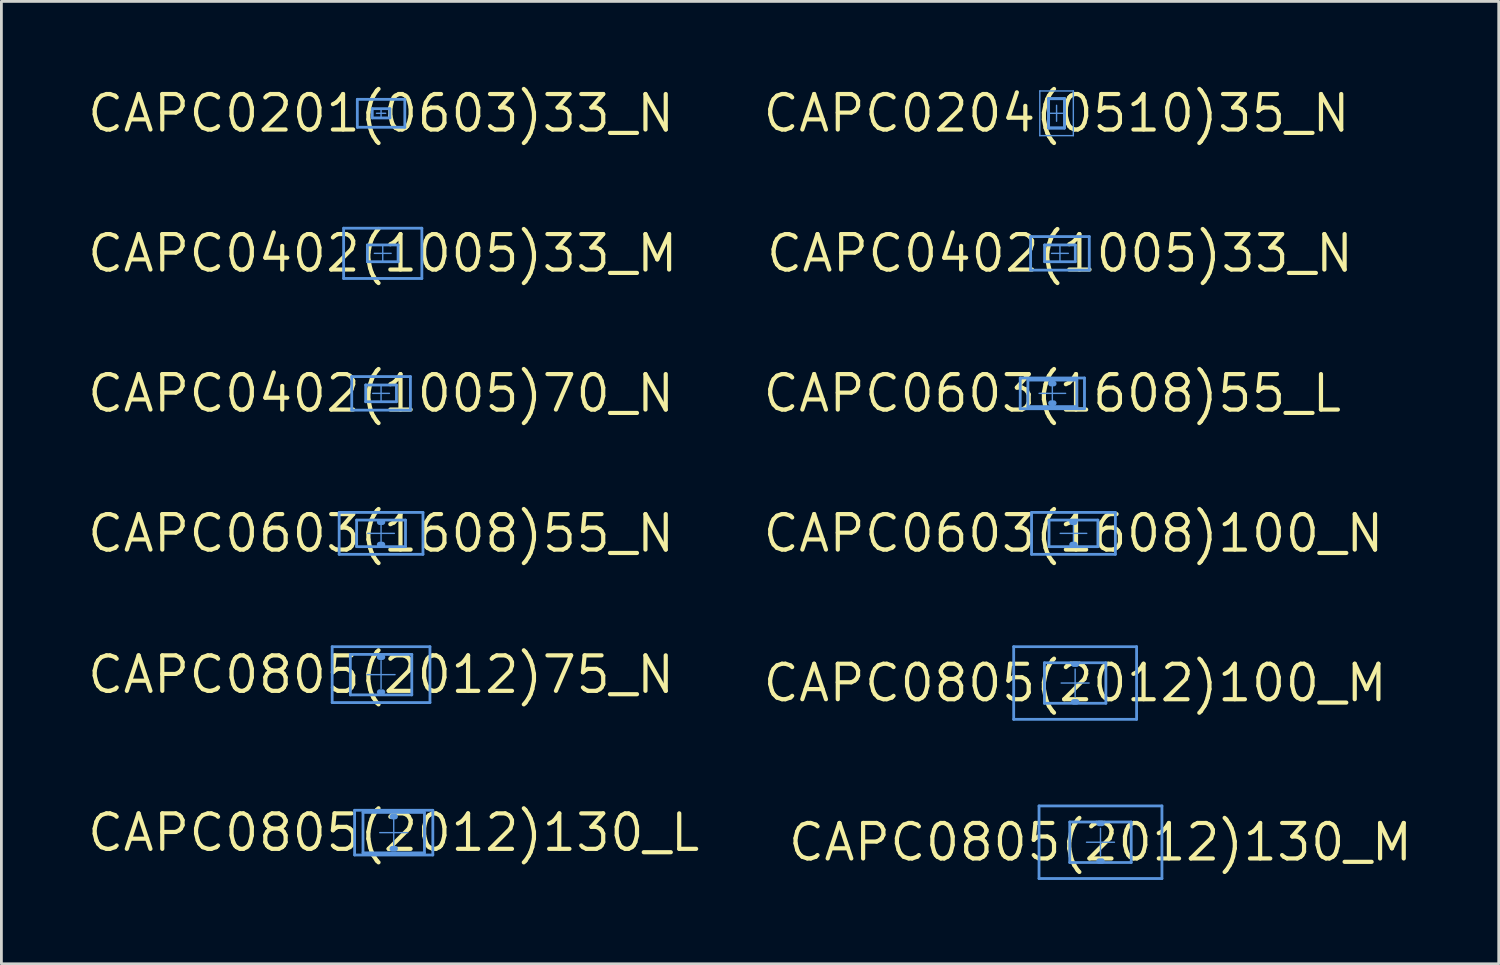
<source format=kicad_pcb>
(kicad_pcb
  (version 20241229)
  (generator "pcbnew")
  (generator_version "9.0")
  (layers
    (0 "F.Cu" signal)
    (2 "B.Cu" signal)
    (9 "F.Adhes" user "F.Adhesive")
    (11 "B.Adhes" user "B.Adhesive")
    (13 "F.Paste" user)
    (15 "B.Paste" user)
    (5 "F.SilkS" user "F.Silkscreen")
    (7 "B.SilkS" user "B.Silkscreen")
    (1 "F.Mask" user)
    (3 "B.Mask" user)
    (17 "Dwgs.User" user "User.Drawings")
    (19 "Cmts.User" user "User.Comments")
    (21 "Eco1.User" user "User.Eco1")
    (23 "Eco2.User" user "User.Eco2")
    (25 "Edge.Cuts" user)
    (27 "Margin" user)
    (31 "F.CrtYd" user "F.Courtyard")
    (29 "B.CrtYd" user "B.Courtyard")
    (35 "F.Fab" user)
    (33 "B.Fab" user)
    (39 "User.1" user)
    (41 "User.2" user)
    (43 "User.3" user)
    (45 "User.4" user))
  (footprint "CAPC0204(0510)35_N"
    (layer "F.Cu")
    (at 34.772 1.006)
    (property "Reference" "CAPC0204(0510)35_N" (at 0 0 0) (layer "F.SilkS") (effects (font (size 1.27 1.27) (thickness 0.15))))
    (attr through_hole)
    (fp_line (start -0.6 -0.8) (end 0.6 -0.8) (stroke (width 0.05) (type solid)) (layer "Cmts.User"))
    (fp_line (start -0.6 0.8) (end -0.6 -0.8) (stroke (width 0.05) (type solid)) (layer "Cmts.User"))
    (fp_line (start -0.6 0.8) (end 0.6 0.8) (stroke (width 0.05) (type solid)) (layer "Cmts.User"))
    (fp_line (start -0.285 -0.525) (end 0.285 -0.525) (stroke (width 0.1) (type solid)) (layer "Cmts.User"))
    (fp_line (start -0.285 -0.525) (end 0.285 -0.525) (stroke (width 0.1) (type solid)) (layer "Cmts.User"))
    (fp_line (start -0.285 0) (end 0.285 0) (stroke (width 0.05) (type solid)) (layer "Cmts.User"))
    (fp_line (start -0.285 0.525) (end -0.285 -0.525) (stroke (width 0.1) (type solid)) (layer "Cmts.User"))
    (fp_line (start -0.285 0.525) (end -0.285 -0.525) (stroke (width 0.1) (type solid)) (layer "Cmts.User"))
    (fp_line (start -0.285 0.525) (end 0.285 0.525) (stroke (width 0.1) (type solid)) (layer "Cmts.User"))
    (fp_line (start -0.285 0.525) (end 0.285 0.525) (stroke (width 0.1) (type solid)) (layer "Cmts.User"))
    (fp_line (start 0 0.285) (end 0 -0.285) (stroke (width 0.05) (type solid)) (layer "Cmts.User"))
    (fp_line (start 0.285 0.525) (end 0.285 -0.525) (stroke (width 0.1) (type solid)) (layer "Cmts.User"))
    (fp_line (start 0.285 0.525) (end 0.285 -0.525) (stroke (width 0.1) (type solid)) (layer "Cmts.User"))
    (fp_line (start 0.6 0.8) (end 0.6 -0.8) (stroke (width 0.05) (type solid)) (layer "Cmts.User")))
  (footprint "CAPC0603(1608)100_N"
    (layer "F.Cu")
    (at 35.377 16.043)
    (property "Reference" "CAPC0603(1608)100_N" (at 0 0 0) (layer "F.SilkS") (effects (font (size 1.27 1.27) (thickness 0.15))))
    (attr through_hole)
    (fp_line (start -1.5 -0.75) (end 1.5 -0.75) (stroke (width 0.05) (type solid)) (layer "Cmts.User"))
    (fp_line (start -1.5 -0.75) (end 1.5 -0.75) (stroke (width 0.1) (type solid)) (layer "Cmts.User"))
    (fp_line (start -1.5 0.75) (end -1.5 -0.75) (stroke (width 0.05) (type solid)) (layer "Cmts.User"))
    (fp_line (start -1.5 0.75) (end -1.5 -0.75) (stroke (width 0.1) (type solid)) (layer "Cmts.User"))
    (fp_line (start -1.5 0.75) (end 1.5 0.75) (stroke (width 0.05) (type solid)) (layer "Cmts.User"))
    (fp_line (start -1.5 0.75) (end 1.5 0.75) (stroke (width 0.1) (type solid)) (layer "Cmts.User"))
    (fp_line (start -0.875 -0.475) (end 0.875 -0.475) (stroke (width 0.1) (type solid)) (layer "Cmts.User"))
    (fp_line (start -0.875 0.475) (end -0.875 -0.475) (stroke (width 0.1) (type solid)) (layer "Cmts.User"))
    (fp_line (start -0.875 0.475) (end 0.875 0.475) (stroke (width 0.1) (type solid)) (layer "Cmts.User"))
    (fp_line (start -0.475 0) (end 0.475 0) (stroke (width 0.05) (type solid)) (layer "Cmts.User"))
    (fp_line (start -0.05 -0.4) (end 0.05 -0.4) (stroke (width 0.2) (type solid)) (layer "Cmts.User"))
    (fp_line (start -0.05 0.4) (end 0.05 0.4) (stroke (width 0.2) (type solid)) (layer "Cmts.User"))
    (fp_line (start 0 0.475) (end 0 -0.475) (stroke (width 0.05) (type solid)) (layer "Cmts.User"))
    (fp_line (start 0.875 0.475) (end 0.875 -0.475) (stroke (width 0.1) (type solid)) (layer "Cmts.User"))
    (fp_line (start 1.5 0.75) (end 1.5 -0.75) (stroke (width 0.05) (type solid)) (layer "Cmts.User"))
    (fp_line (start 1.5 0.75) (end 1.5 -0.75) (stroke (width 0.1) (type solid)) (layer "Cmts.User")))
  (footprint "CAPC0603(1608)55_N"
    (layer "F.Cu")
    (at 10.591 16.043)
    (property "Reference" "CAPC0603(1608)55_N" (at 0 0 0) (layer "F.SilkS") (effects (font (size 1.27 1.27) (thickness 0.15))))
    (attr through_hole)
    (fp_line (start -1.5 -0.75) (end 1.5 -0.75) (stroke (width 0.05) (type solid)) (layer "Cmts.User"))
    (fp_line (start -1.5 -0.75) (end 1.5 -0.75) (stroke (width 0.1) (type solid)) (layer "Cmts.User"))
    (fp_line (start -1.5 0.75) (end -1.5 -0.75) (stroke (width 0.05) (type solid)) (layer "Cmts.User"))
    (fp_line (start -1.5 0.75) (end -1.5 -0.75) (stroke (width 0.1) (type solid)) (layer "Cmts.User"))
    (fp_line (start -1.5 0.75) (end 1.5 0.75) (stroke (width 0.05) (type solid)) (layer "Cmts.User"))
    (fp_line (start -1.5 0.75) (end 1.5 0.75) (stroke (width 0.1) (type solid)) (layer "Cmts.User"))
    (fp_line (start -0.875 -0.475) (end 0.875 -0.475) (stroke (width 0.1) (type solid)) (layer "Cmts.User"))
    (fp_line (start -0.875 0.475) (end -0.875 -0.475) (stroke (width 0.1) (type solid)) (layer "Cmts.User"))
    (fp_line (start -0.875 0.475) (end 0.875 0.475) (stroke (width 0.1) (type solid)) (layer "Cmts.User"))
    (fp_line (start -0.475 0) (end 0.475 0) (stroke (width 0.05) (type solid)) (layer "Cmts.User"))
    (fp_line (start -0.05 -0.4) (end 0.05 -0.4) (stroke (width 0.2) (type solid)) (layer "Cmts.User"))
    (fp_line (start -0.05 0.4) (end 0.05 0.4) (stroke (width 0.2) (type solid)) (layer "Cmts.User"))
    (fp_line (start 0 0.475) (end 0 -0.475) (stroke (width 0.05) (type solid)) (layer "Cmts.User"))
    (fp_line (start 0.875 0.475) (end 0.875 -0.475) (stroke (width 0.1) (type solid)) (layer "Cmts.User"))
    (fp_line (start 1.5 0.75) (end 1.5 -0.75) (stroke (width 0.05) (type solid)) (layer "Cmts.User"))
    (fp_line (start 1.5 0.75) (end 1.5 -0.75) (stroke (width 0.1) (type solid)) (layer "Cmts.User")))
  (footprint "CAPC0805(2012)130_L"
    (layer "F.Cu")
    (at 11.044 26.756)
    (property "Reference" "CAPC0805(2012)130_L" (at 0 0 0) (layer "F.SilkS") (effects (font (size 1.27 1.27) (thickness 0.15))))
    (attr through_hole)
    (fp_line (start -1.4 -0.8) (end 1.4 -0.8) (stroke (width 0.05) (type solid)) (layer "Cmts.User"))
    (fp_line (start -1.4 -0.8) (end 1.4 -0.8) (stroke (width 0.1) (type solid)) (layer "Cmts.User"))
    (fp_line (start -1.4 0.8) (end -1.4 -0.8) (stroke (width 0.05) (type solid)) (layer "Cmts.User"))
    (fp_line (start -1.4 0.8) (end -1.4 -0.8) (stroke (width 0.1) (type solid)) (layer "Cmts.User"))
    (fp_line (start -1.4 0.8) (end 1.4 0.8) (stroke (width 0.05) (type solid)) (layer "Cmts.User"))
    (fp_line (start -1.4 0.8) (end 1.4 0.8) (stroke (width 0.1) (type solid)) (layer "Cmts.User"))
    (fp_line (start -1.1 -0.725) (end 1.1 -0.725) (stroke (width 0.1) (type solid)) (layer "Cmts.User"))
    (fp_line (start -1.1 0.725) (end -1.1 -0.725) (stroke (width 0.1) (type solid)) (layer "Cmts.User"))
    (fp_line (start -1.1 0.725) (end 1.1 0.725) (stroke (width 0.1) (type solid)) (layer "Cmts.User"))
    (fp_line (start -0.5 0) (end 0.5 0) (stroke (width 0.05) (type solid)) (layer "Cmts.User"))
    (fp_line (start -0.05 -0.575) (end 0.05 -0.575) (stroke (width 0.2) (type solid)) (layer "Cmts.User"))
    (fp_line (start -0.05 0.575) (end 0.05 0.575) (stroke (width 0.2) (type solid)) (layer "Cmts.User"))
    (fp_line (start 0 0.5) (end 0 -0.5) (stroke (width 0.05) (type solid)) (layer "Cmts.User"))
    (fp_line (start 1.1 0.725) (end 1.1 -0.725) (stroke (width 0.1) (type solid)) (layer "Cmts.User"))
    (fp_line (start 1.4 0.8) (end 1.4 -0.8) (stroke (width 0.05) (type solid)) (layer "Cmts.User"))
    (fp_line (start 1.4 0.8) (end 1.4 -0.8) (stroke (width 0.1) (type solid)) (layer "Cmts.User")))
  (footprint "CAPC0805(2012)130_M"
    (layer "F.Cu")
    (at 36.344 27.1)
    (property "Reference" "CAPC0805(2012)130_M" (at 0 0 0) (layer "F.SilkS") (effects (font (size 1.27 1.27) (thickness 0.15))))
    (attr through_hole)
    (fp_line (start -2.2 -1.3) (end 2.2 -1.3) (stroke (width 0.05) (type solid)) (layer "Cmts.User"))
    (fp_line (start -2.2 -1.3) (end 2.2 -1.3) (stroke (width 0.1) (type solid)) (layer "Cmts.User"))
    (fp_line (start -2.2 1.3) (end -2.2 -1.3) (stroke (width 0.05) (type solid)) (layer "Cmts.User"))
    (fp_line (start -2.2 1.3) (end -2.2 -1.3) (stroke (width 0.1) (type solid)) (layer "Cmts.User"))
    (fp_line (start -2.2 1.3) (end 2.2 1.3) (stroke (width 0.05) (type solid)) (layer "Cmts.User"))
    (fp_line (start -2.2 1.3) (end 2.2 1.3) (stroke (width 0.1) (type solid)) (layer "Cmts.User"))
    (fp_line (start -1.1 -0.725) (end 1.1 -0.725) (stroke (width 0.1) (type solid)) (layer "Cmts.User"))
    (fp_line (start -1.1 0.725) (end -1.1 -0.725) (stroke (width 0.1) (type solid)) (layer "Cmts.User"))
    (fp_line (start -1.1 0.725) (end 1.1 0.725) (stroke (width 0.1) (type solid)) (layer "Cmts.User"))
    (fp_line (start -0.5 0) (end 0.5 0) (stroke (width 0.05) (type solid)) (layer "Cmts.User"))
    (fp_line (start -0.05 -0.675) (end 0.05 -0.675) (stroke (width 0.2) (type solid)) (layer "Cmts.User"))
    (fp_line (start -0.05 0.675) (end 0.05 0.675) (stroke (width 0.2) (type solid)) (layer "Cmts.User"))
    (fp_line (start 0 0.5) (end 0 -0.5) (stroke (width 0.05) (type solid)) (layer "Cmts.User"))
    (fp_line (start 1.1 0.725) (end 1.1 -0.725) (stroke (width 0.1) (type solid)) (layer "Cmts.User"))
    (fp_line (start 2.2 1.3) (end 2.2 -1.3) (stroke (width 0.05) (type solid)) (layer "Cmts.User"))
    (fp_line (start 2.2 1.3) (end 2.2 -1.3) (stroke (width 0.1) (type solid)) (layer "Cmts.User")))
  (footprint "CAPC0402(1005)33_N"
    (layer "F.Cu")
    (at 34.893 6.019)
    (property "Reference" "CAPC0402(1005)33_N" (at 0 0 0) (layer "F.SilkS") (effects (font (size 1.27 1.27) (thickness 0.15))))
    (attr through_hole)
    (fp_line (start -1.05 -0.6) (end 1.05 -0.6) (stroke (width 0.05) (type solid)) (layer "Cmts.User"))
    (fp_line (start -1.05 -0.6) (end 1.05 -0.6) (stroke (width 0.1) (type solid)) (layer "Cmts.User"))
    (fp_line (start -1.05 0.6) (end -1.05 -0.6) (stroke (width 0.05) (type solid)) (layer "Cmts.User"))
    (fp_line (start -1.05 0.6) (end -1.05 -0.6) (stroke (width 0.1) (type solid)) (layer "Cmts.User"))
    (fp_line (start -1.05 0.6) (end 1.05 0.6) (stroke (width 0.05) (type solid)) (layer "Cmts.User"))
    (fp_line (start -1.05 0.6) (end 1.05 0.6) (stroke (width 0.1) (type solid)) (layer "Cmts.User"))
    (fp_line (start -0.55 -0.3) (end 0.55 -0.3) (stroke (width 0.1) (type solid)) (layer "Cmts.User"))
    (fp_line (start -0.55 0.3) (end -0.55 -0.3) (stroke (width 0.1) (type solid)) (layer "Cmts.User"))
    (fp_line (start -0.55 0.3) (end 0.55 0.3) (stroke (width 0.1) (type solid)) (layer "Cmts.User"))
    (fp_line (start -0.3 0) (end 0.3 0) (stroke (width 0.05) (type solid)) (layer "Cmts.User"))
    (fp_line (start 0 0.3) (end 0 -0.3) (stroke (width 0.05) (type solid)) (layer "Cmts.User"))
    (fp_line (start 0.55 0.3) (end 0.55 -0.3) (stroke (width 0.1) (type solid)) (layer "Cmts.User"))
    (fp_line (start 1.05 0.6) (end 1.05 -0.6) (stroke (width 0.05) (type solid)) (layer "Cmts.User"))
    (fp_line (start 1.05 0.6) (end 1.05 -0.6) (stroke (width 0.1) (type solid)) (layer "Cmts.User")))
  (footprint "CAPC0402(1005)70_N"
    (layer "F.Cu")
    (at 10.591 11.031)
    (property "Reference" "CAPC0402(1005)70_N" (at 0 0 0) (layer "F.SilkS") (effects (font (size 1.27 1.27) (thickness 0.15))))
    (attr through_hole)
    (fp_line (start -1.05 -0.6) (end 1.05 -0.6) (stroke (width 0.05) (type solid)) (layer "Cmts.User"))
    (fp_line (start -1.05 -0.6) (end 1.05 -0.6) (stroke (width 0.1) (type solid)) (layer "Cmts.User"))
    (fp_line (start -1.05 0.6) (end -1.05 -0.6) (stroke (width 0.05) (type solid)) (layer "Cmts.User"))
    (fp_line (start -1.05 0.6) (end -1.05 -0.6) (stroke (width 0.1) (type solid)) (layer "Cmts.User"))
    (fp_line (start -1.05 0.6) (end 1.05 0.6) (stroke (width 0.05) (type solid)) (layer "Cmts.User"))
    (fp_line (start -1.05 0.6) (end 1.05 0.6) (stroke (width 0.1) (type solid)) (layer "Cmts.User"))
    (fp_line (start -0.55 -0.3) (end 0.55 -0.3) (stroke (width 0.1) (type solid)) (layer "Cmts.User"))
    (fp_line (start -0.55 0.3) (end -0.55 -0.3) (stroke (width 0.1) (type solid)) (layer "Cmts.User"))
    (fp_line (start -0.55 0.3) (end 0.55 0.3) (stroke (width 0.1) (type solid)) (layer "Cmts.User"))
    (fp_line (start -0.3 0) (end 0.3 0) (stroke (width 0.05) (type solid)) (layer "Cmts.User"))
    (fp_line (start 0 0.3) (end 0 -0.3) (stroke (width 0.05) (type solid)) (layer "Cmts.User"))
    (fp_line (start 0.55 0.3) (end 0.55 -0.3) (stroke (width 0.1) (type solid)) (layer "Cmts.User"))
    (fp_line (start 1.05 0.6) (end 1.05 -0.6) (stroke (width 0.05) (type solid)) (layer "Cmts.User"))
    (fp_line (start 1.05 0.6) (end 1.05 -0.6) (stroke (width 0.1) (type solid)) (layer "Cmts.User")))
  (footprint "CAPC0201(0603)33_N"
    (layer "F.Cu")
    (at 10.591 1.006)
    (property "Reference" "CAPC0201(0603)33_N" (at 0 0 0) (layer "F.SilkS") (effects (font (size 1.27 1.27) (thickness 0.15))))
    (attr through_hole)
    (fp_line (start -0.85 -0.5) (end 0.85 -0.5) (stroke (width 0.05) (type solid)) (layer "Cmts.User"))
    (fp_line (start -0.85 -0.5) (end 0.85 -0.5) (stroke (width 0.1) (type solid)) (layer "Cmts.User"))
    (fp_line (start -0.85 0.5) (end -0.85 -0.5) (stroke (width 0.05) (type solid)) (layer "Cmts.User"))
    (fp_line (start -0.85 0.5) (end -0.85 -0.5) (stroke (width 0.1) (type solid)) (layer "Cmts.User"))
    (fp_line (start -0.85 0.5) (end 0.85 0.5) (stroke (width 0.05) (type solid)) (layer "Cmts.User"))
    (fp_line (start -0.85 0.5) (end 0.85 0.5) (stroke (width 0.1) (type solid)) (layer "Cmts.User"))
    (fp_line (start -0.315 -0.165) (end 0.315 -0.165) (stroke (width 0.1) (type solid)) (layer "Cmts.User"))
    (fp_line (start -0.315 0.165) (end -0.315 -0.165) (stroke (width 0.1) (type solid)) (layer "Cmts.User"))
    (fp_line (start -0.315 0.165) (end 0.315 0.165) (stroke (width 0.1) (type solid)) (layer "Cmts.User"))
    (fp_line (start -0.165 0) (end 0.165 0) (stroke (width 0.05) (type solid)) (layer "Cmts.User"))
    (fp_line (start 0 0.165) (end 0 -0.165) (stroke (width 0.05) (type solid)) (layer "Cmts.User"))
    (fp_line (start 0.315 0.165) (end 0.315 -0.165) (stroke (width 0.1) (type solid)) (layer "Cmts.User"))
    (fp_line (start 0.85 0.5) (end 0.85 -0.5) (stroke (width 0.05) (type solid)) (layer "Cmts.User"))
    (fp_line (start 0.85 0.5) (end 0.85 -0.5) (stroke (width 0.1) (type solid)) (layer "Cmts.User")))
  (footprint "CAPC0603(1608)55_L"
    (layer "F.Cu")
    (at 34.621 11.031)
    (property "Reference" "CAPC0603(1608)55_L" (at 0 0 0) (layer "F.SilkS") (effects (font (size 1.27 1.27) (thickness 0.15))))
    (attr through_hole)
    (fp_line (start -1.15 -0.55) (end 1.15 -0.55) (stroke (width 0.05) (type solid)) (layer "Cmts.User"))
    (fp_line (start -1.15 -0.55) (end 1.15 -0.55) (stroke (width 0.1) (type solid)) (layer "Cmts.User"))
    (fp_line (start -1.15 0.55) (end -1.15 -0.55) (stroke (width 0.05) (type solid)) (layer "Cmts.User"))
    (fp_line (start -1.15 0.55) (end -1.15 -0.55) (stroke (width 0.1) (type solid)) (layer "Cmts.User"))
    (fp_line (start -1.15 0.55) (end 1.15 0.55) (stroke (width 0.05) (type solid)) (layer "Cmts.User"))
    (fp_line (start -1.15 0.55) (end 1.15 0.55) (stroke (width 0.1) (type solid)) (layer "Cmts.User"))
    (fp_line (start -0.875 -0.475) (end 0.875 -0.475) (stroke (width 0.1) (type solid)) (layer "Cmts.User"))
    (fp_line (start -0.875 0.475) (end -0.875 -0.475) (stroke (width 0.1) (type solid)) (layer "Cmts.User"))
    (fp_line (start -0.875 0.475) (end 0.875 0.475) (stroke (width 0.1) (type solid)) (layer "Cmts.User"))
    (fp_line (start -0.475 0) (end 0.475 0) (stroke (width 0.05) (type solid)) (layer "Cmts.User"))
    (fp_line (start -0.05 -0.35) (end 0.05 -0.35) (stroke (width 0.2) (type solid)) (layer "Cmts.User"))
    (fp_line (start -0.05 0.35) (end 0.05 0.35) (stroke (width 0.2) (type solid)) (layer "Cmts.User"))
    (fp_line (start 0 0.475) (end 0 -0.475) (stroke (width 0.05) (type solid)) (layer "Cmts.User"))
    (fp_line (start 0.875 0.475) (end 0.875 -0.475) (stroke (width 0.1) (type solid)) (layer "Cmts.User"))
    (fp_line (start 1.15 0.55) (end 1.15 -0.55) (stroke (width 0.05) (type solid)) (layer "Cmts.User"))
    (fp_line (start 1.15 0.55) (end 1.15 -0.55) (stroke (width 0.1) (type solid)) (layer "Cmts.User")))
  (footprint "CAPC0805(2012)100_M"
    (layer "F.Cu")
    (at 35.437 21.4)
    (property "Reference" "CAPC0805(2012)100_M" (at 0 0 0) (layer "F.SilkS") (effects (font (size 1.27 1.27) (thickness 0.15))))
    (attr through_hole)
    (fp_line (start -2.2 -1.3) (end 2.2 -1.3) (stroke (width 0.05) (type solid)) (layer "Cmts.User"))
    (fp_line (start -2.2 -1.3) (end 2.2 -1.3) (stroke (width 0.1) (type solid)) (layer "Cmts.User"))
    (fp_line (start -2.2 1.3) (end -2.2 -1.3) (stroke (width 0.05) (type solid)) (layer "Cmts.User"))
    (fp_line (start -2.2 1.3) (end -2.2 -1.3) (stroke (width 0.1) (type solid)) (layer "Cmts.User"))
    (fp_line (start -2.2 1.3) (end 2.2 1.3) (stroke (width 0.05) (type solid)) (layer "Cmts.User"))
    (fp_line (start -2.2 1.3) (end 2.2 1.3) (stroke (width 0.1) (type solid)) (layer "Cmts.User"))
    (fp_line (start -1.1 -0.725) (end 1.1 -0.725) (stroke (width 0.1) (type solid)) (layer "Cmts.User"))
    (fp_line (start -1.1 0.725) (end -1.1 -0.725) (stroke (width 0.1) (type solid)) (layer "Cmts.User"))
    (fp_line (start -1.1 0.725) (end 1.1 0.725) (stroke (width 0.1) (type solid)) (layer "Cmts.User"))
    (fp_line (start -0.5 0) (end 0.5 0) (stroke (width 0.05) (type solid)) (layer "Cmts.User"))
    (fp_line (start -0.05 -0.675) (end 0.05 -0.675) (stroke (width 0.2) (type solid)) (layer "Cmts.User"))
    (fp_line (start -0.05 0.675) (end 0.05 0.675) (stroke (width 0.2) (type solid)) (layer "Cmts.User"))
    (fp_line (start 0 0.5) (end 0 -0.5) (stroke (width 0.05) (type solid)) (layer "Cmts.User"))
    (fp_line (start 1.1 0.725) (end 1.1 -0.725) (stroke (width 0.1) (type solid)) (layer "Cmts.User"))
    (fp_line (start 2.2 1.3) (end 2.2 -1.3) (stroke (width 0.05) (type solid)) (layer "Cmts.User"))
    (fp_line (start 2.2 1.3) (end 2.2 -1.3) (stroke (width 0.1) (type solid)) (layer "Cmts.User")))
  (footprint "CAPC0402(1005)33_M"
    (layer "F.Cu")
    (at 10.651 6.019)
    (property "Reference" "CAPC0402(1005)33_M" (at 0 0 0) (layer "F.SilkS") (effects (font (size 1.27 1.27) (thickness 0.15))))
    (attr through_hole)
    (fp_line (start -1.4 -0.9) (end 1.4 -0.9) (stroke (width 0.05) (type solid)) (layer "Cmts.User"))
    (fp_line (start -1.4 -0.9) (end 1.4 -0.9) (stroke (width 0.1) (type solid)) (layer "Cmts.User"))
    (fp_line (start -1.4 0.9) (end -1.4 -0.9) (stroke (width 0.05) (type solid)) (layer "Cmts.User"))
    (fp_line (start -1.4 0.9) (end -1.4 -0.9) (stroke (width 0.1) (type solid)) (layer "Cmts.User"))
    (fp_line (start -1.4 0.9) (end 1.4 0.9) (stroke (width 0.05) (type solid)) (layer "Cmts.User"))
    (fp_line (start -1.4 0.9) (end 1.4 0.9) (stroke (width 0.1) (type solid)) (layer "Cmts.User"))
    (fp_line (start -0.55 -0.3) (end 0.55 -0.3) (stroke (width 0.1) (type solid)) (layer "Cmts.User"))
    (fp_line (start -0.55 0.3) (end -0.55 -0.3) (stroke (width 0.1) (type solid)) (layer "Cmts.User"))
    (fp_line (start -0.55 0.3) (end 0.55 0.3) (stroke (width 0.1) (type solid)) (layer "Cmts.User"))
    (fp_line (start -0.3 0) (end 0.3 0) (stroke (width 0.05) (type solid)) (layer "Cmts.User"))
    (fp_line (start 0 0.3) (end 0 -0.3) (stroke (width 0.05) (type solid)) (layer "Cmts.User"))
    (fp_line (start 0.55 0.3) (end 0.55 -0.3) (stroke (width 0.1) (type solid)) (layer "Cmts.User"))
    (fp_line (start 1.4 0.9) (end 1.4 -0.9) (stroke (width 0.05) (type solid)) (layer "Cmts.User"))
    (fp_line (start 1.4 0.9) (end 1.4 -0.9) (stroke (width 0.1) (type solid)) (layer "Cmts.User")))
  (footprint "CAPC0805(2012)75_N"
    (layer "F.Cu")
    (at 10.591 21.1)
    (property "Reference" "CAPC0805(2012)75_N" (at 0 0 0) (layer "F.SilkS") (effects (font (size 1.27 1.27) (thickness 0.15))))
    (attr through_hole)
    (fp_line (start -1.75 -1) (end 1.75 -1) (stroke (width 0.05) (type solid)) (layer "Cmts.User"))
    (fp_line (start -1.75 -1) (end 1.75 -1) (stroke (width 0.1) (type solid)) (layer "Cmts.User"))
    (fp_line (start -1.75 1) (end -1.75 -1) (stroke (width 0.05) (type solid)) (layer "Cmts.User"))
    (fp_line (start -1.75 1) (end -1.75 -1) (stroke (width 0.1) (type solid)) (layer "Cmts.User"))
    (fp_line (start -1.75 1) (end 1.75 1) (stroke (width 0.05) (type solid)) (layer "Cmts.User"))
    (fp_line (start -1.75 1) (end 1.75 1) (stroke (width 0.1) (type solid)) (layer "Cmts.User"))
    (fp_line (start -1.1 -0.725) (end 1.1 -0.725) (stroke (width 0.1) (type solid)) (layer "Cmts.User"))
    (fp_line (start -1.1 0.725) (end -1.1 -0.725) (stroke (width 0.1) (type solid)) (layer "Cmts.User"))
    (fp_line (start -1.1 0.725) (end 1.1 0.725) (stroke (width 0.1) (type solid)) (layer "Cmts.User"))
    (fp_line (start -0.5 0) (end 0.5 0) (stroke (width 0.05) (type solid)) (layer "Cmts.User"))
    (fp_line (start -0.05 -0.625) (end 0.05 -0.625) (stroke (width 0.2) (type solid)) (layer "Cmts.User"))
    (fp_line (start -0.05 0.625) (end 0.05 0.625) (stroke (width 0.2) (type solid)) (layer "Cmts.User"))
    (fp_line (start 0 0.5) (end 0 -0.5) (stroke (width 0.05) (type solid)) (layer "Cmts.User"))
    (fp_line (start 1.1 0.725) (end 1.1 -0.725) (stroke (width 0.1) (type solid)) (layer "Cmts.User"))
    (fp_line (start 1.75 1) (end 1.75 -1) (stroke (width 0.05) (type solid)) (layer "Cmts.User"))
    (fp_line (start 1.75 1) (end 1.75 -1) (stroke (width 0.1) (type solid)) (layer "Cmts.User")))
  (gr_rect
    (start -3 -3)
    (end 50.6 31.45)
    (stroke (width 0.1) (type default))
    (fill no)
    (layer "Edge.Cuts")))
</source>
